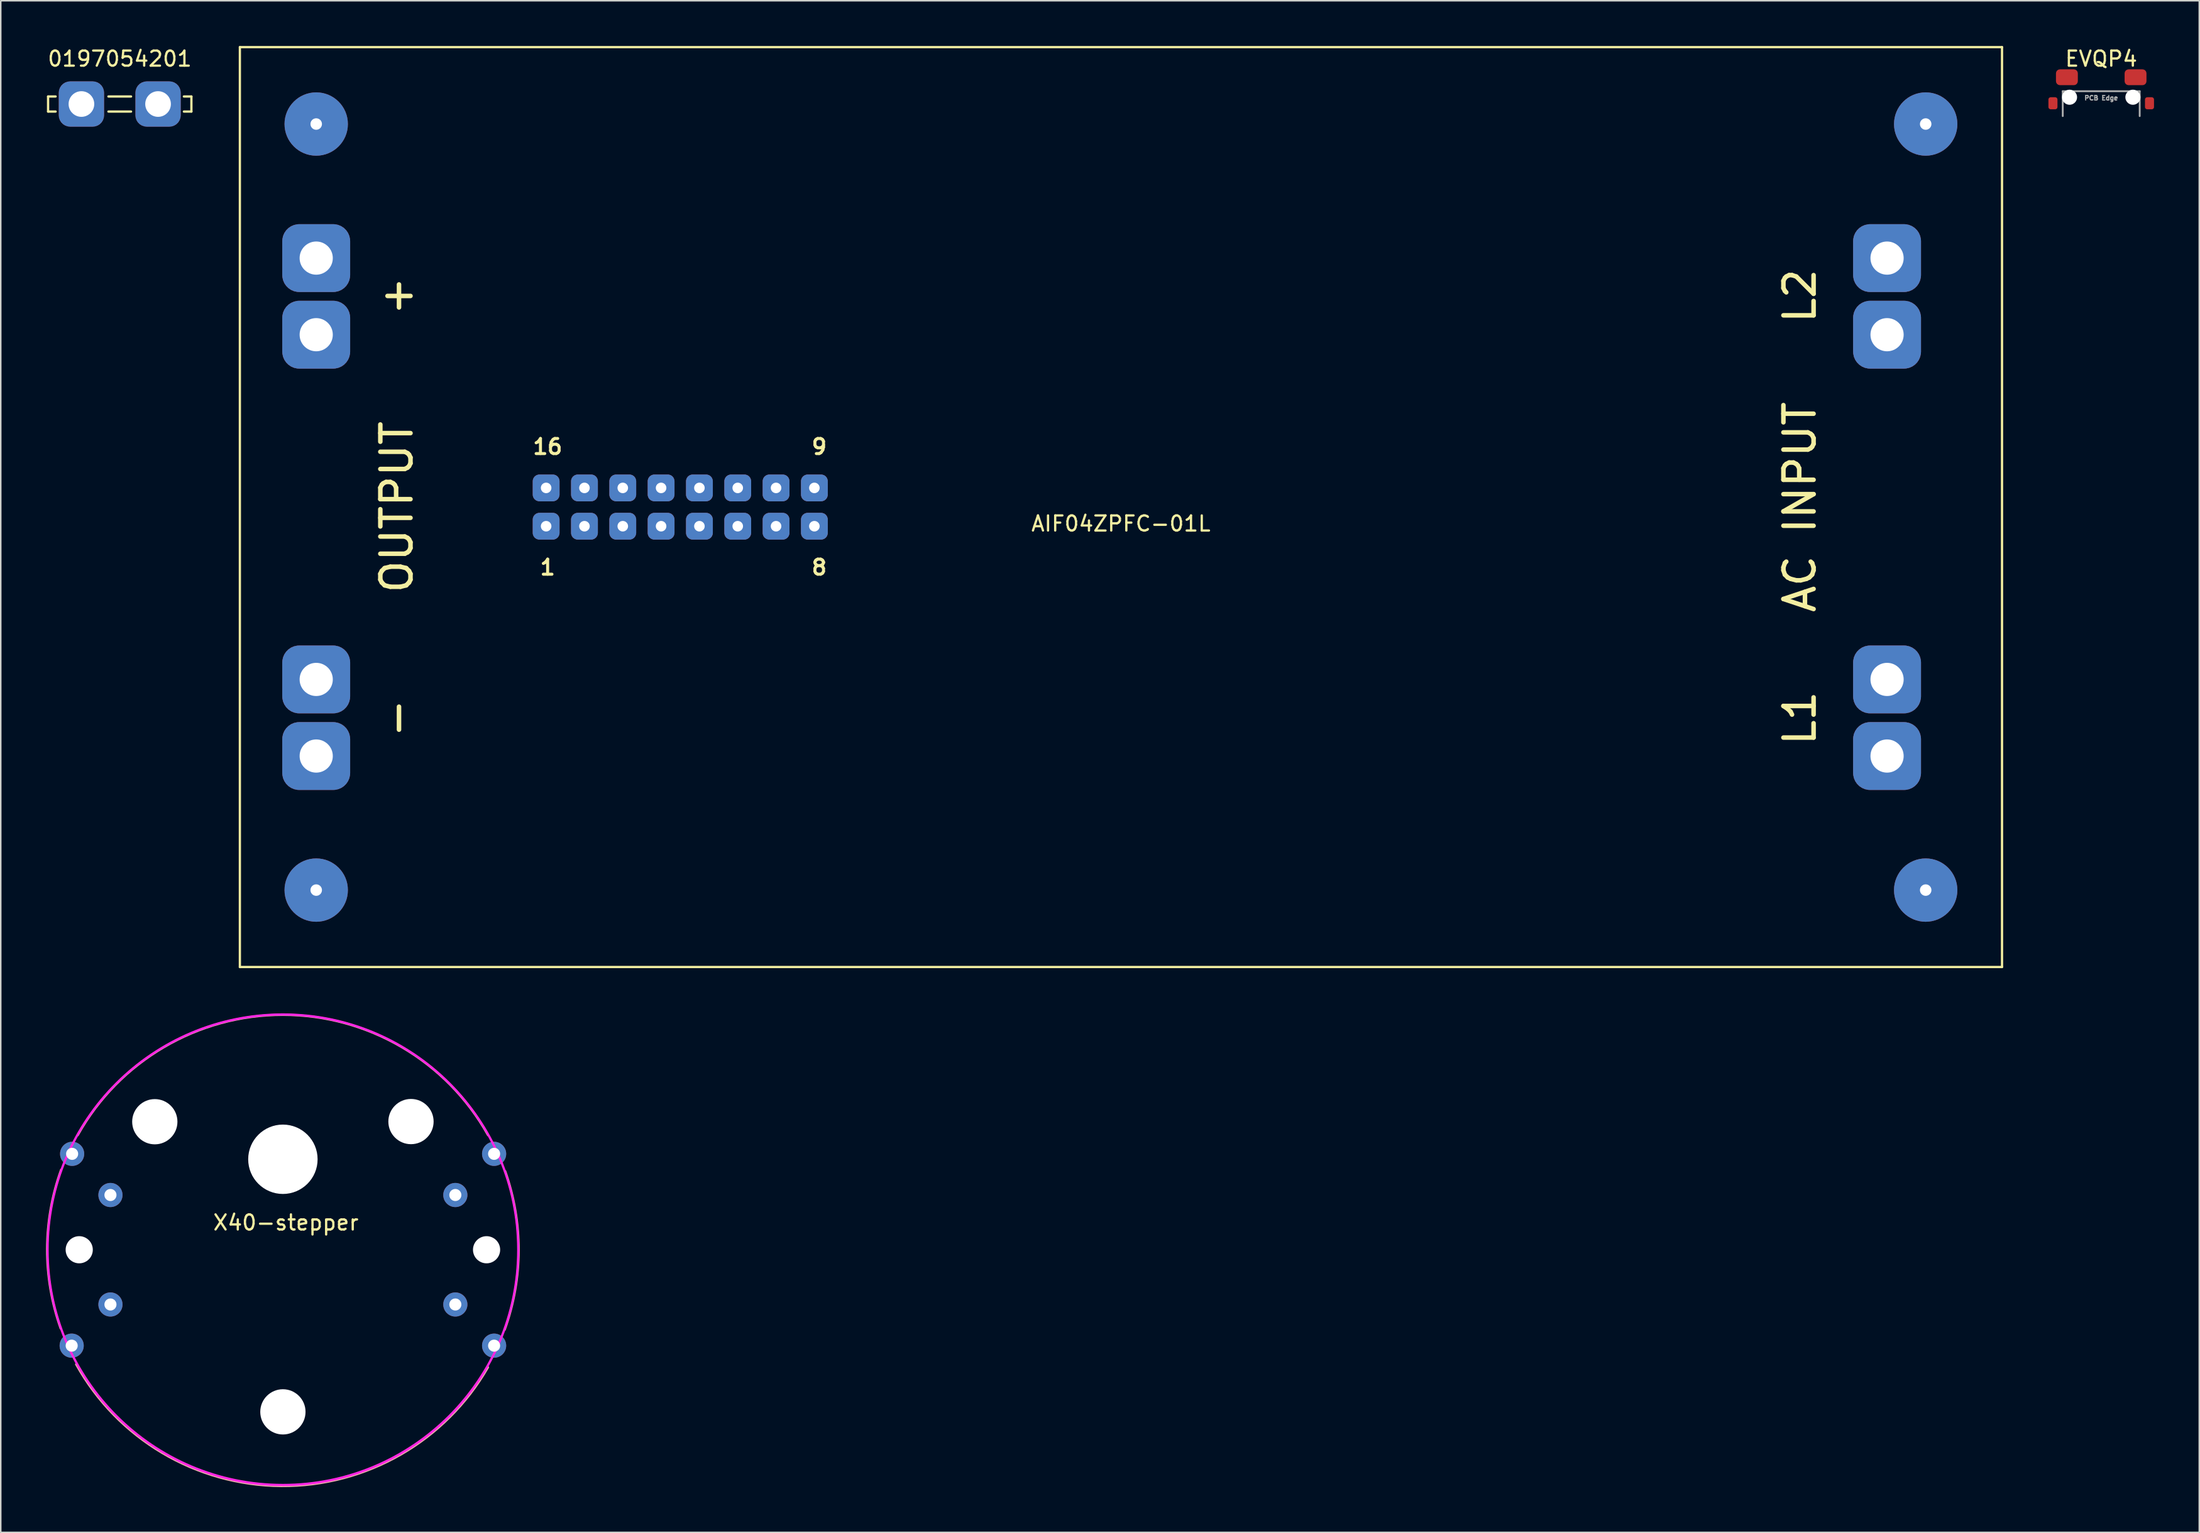
<source format=kicad_pcb>
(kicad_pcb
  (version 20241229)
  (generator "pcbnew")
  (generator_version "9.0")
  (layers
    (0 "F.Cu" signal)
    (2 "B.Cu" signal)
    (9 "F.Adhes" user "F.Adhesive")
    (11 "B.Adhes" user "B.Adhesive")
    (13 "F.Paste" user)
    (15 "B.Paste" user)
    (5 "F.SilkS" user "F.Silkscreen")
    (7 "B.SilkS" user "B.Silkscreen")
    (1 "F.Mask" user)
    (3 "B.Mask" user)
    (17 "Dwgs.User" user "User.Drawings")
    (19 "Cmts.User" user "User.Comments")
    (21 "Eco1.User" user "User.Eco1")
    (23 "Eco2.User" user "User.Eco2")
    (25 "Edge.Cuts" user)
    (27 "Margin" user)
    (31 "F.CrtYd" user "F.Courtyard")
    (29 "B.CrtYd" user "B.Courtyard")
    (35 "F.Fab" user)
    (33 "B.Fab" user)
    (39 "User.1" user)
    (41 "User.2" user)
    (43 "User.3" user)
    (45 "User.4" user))
  (footprint "AIF04ZPFC-01L"
    (layer "F.Cu")
    (at 71.249 30.575)
    (property "Reference" "AIF04ZPFC-01L" (at 0 1.1 0) (layer "F.SilkS") (effects (font (size 1 1) (thickness 0.15))))
    (attr through_hole)
    (fp_line (start -58.4 -30.5) (end -58.4 30.5) (stroke (width 0.15) (type solid)) (layer "F.SilkS"))
    (fp_line (start -58.4 -30.5) (end 58.4 -30.5) (stroke (width 0.15) (type solid)) (layer "F.SilkS"))
    (fp_line (start -58.4 30.5) (end 58.4 30.5) (stroke (width 0.15) (type solid)) (layer "F.SilkS"))
    (fp_line (start 58.4 -30.5) (end 58.4 30.5) (stroke (width 0.15) (type solid)) (layer "F.SilkS"))
    (fp_text user "+" (at -48 -14 270) (layer "F.SilkS") (effects (font (size 2 2) (thickness 0.3))))
    (fp_text user "-" (at -48 14 270) (layer "F.SilkS") (effects (font (size 2 2) (thickness 0.3))))
    (fp_text user "L2" (at 45 -14 270) (layer "F.SilkS") (effects (font (size 2 2) (thickness 0.3))))
    (fp_text user "OUTPUT" (at -48 0 270) (layer "F.SilkS") (effects (font (size 2 2) (thickness 0.3))))
    (fp_text user "L1" (at 45 14 270) (layer "F.SilkS") (effects (font (size 2 2) (thickness 0.3))))
    (fp_text user "16" (at -38 -4 0) (layer "F.SilkS") (effects (font (size 1 1) (thickness 0.2))))
    (fp_text user "8" (at -20 4 0) (layer "F.SilkS") (effects (font (size 1 1) (thickness 0.2))))
    (fp_text user "AC INPUT" (at 45 0 270) (layer "F.SilkS") (effects (font (size 2 2) (thickness 0.3))))
    (fp_text user "1" (at -38 4 0) (layer "F.SilkS") (effects (font (size 1 1) (thickness 0.2))))
    (fp_text user "9" (at -20 -4 0) (layer "F.SilkS") (effects (font (size 1 1) (thickness 0.2))))
    (pad "" np_thru_hole circle (at -53.34 -25.4) (size 4.2 4.2) (drill 0.762) (layers "*.Cu" "*.Mask"))
    (pad "" np_thru_hole circle (at -53.34 25.4) (size 4.2 4.2) (drill 0.762) (layers "*.Cu" "*.Mask"))
    (pad "" np_thru_hole circle (at 53.34 -25.4) (size 4.2 4.2) (drill 0.762) (layers "*.Cu" "*.Mask"))
    (pad "" np_thru_hole circle (at 53.34 25.4) (size 4.2 4.2) (drill 0.762) (layers "*.Cu" "*.Mask"))
    (pad "1" thru_hole roundrect (at -38.1 1.27) (size 1.778 1.778) (drill 0.7) (layers "*.Cu" "*.Mask") (roundrect_rratio 0.25))
    (pad "2" thru_hole roundrect (at -35.56 1.27) (size 1.778 1.778) (drill 0.7) (layers "*.Cu" "*.Mask") (roundrect_rratio 0.25))
    (pad "3" thru_hole roundrect (at -33.02 1.27) (size 1.778 1.778) (drill 0.7) (layers "*.Cu" "*.Mask") (roundrect_rratio 0.25))
    (pad "4" thru_hole roundrect (at -30.48 1.27) (size 1.778 1.778) (drill 0.7) (layers "*.Cu" "*.Mask") (roundrect_rratio 0.25))
    (pad "5" thru_hole roundrect (at -27.94 1.27) (size 1.778 1.778) (drill 0.7) (layers "*.Cu" "*.Mask") (roundrect_rratio 0.25))
    (pad "6" thru_hole roundrect (at -25.4 1.27) (size 1.778 1.778) (drill 0.7) (layers "*.Cu" "*.Mask") (roundrect_rratio 0.25))
    (pad "7" thru_hole roundrect (at -22.86 1.27) (size 1.778 1.778) (drill 0.7) (layers "*.Cu" "*.Mask") (roundrect_rratio 0.25))
    (pad "8" thru_hole roundrect (at -20.32 1.27) (size 1.778 1.778) (drill 0.7) (layers "*.Cu" "*.Mask") (roundrect_rratio 0.25))
    (pad "9" thru_hole roundrect (at -20.32 -1.27) (size 1.778 1.778) (drill 0.7) (layers "*.Cu" "*.Mask") (roundrect_rratio 0.25))
    (pad "10" thru_hole roundrect (at -22.86 -1.27) (size 1.778 1.778) (drill 0.7) (layers "*.Cu" "*.Mask") (roundrect_rratio 0.25))
    (pad "11" thru_hole roundrect (at -25.4 -1.27) (size 1.778 1.778) (drill 0.7) (layers "*.Cu" "*.Mask") (roundrect_rratio 0.25))
    (pad "12" thru_hole roundrect (at -27.94 -1.27) (size 1.778 1.778) (drill 0.7) (layers "*.Cu" "*.Mask") (roundrect_rratio 0.25))
    (pad "13" thru_hole roundrect (at -30.48 -1.27) (size 1.778 1.778) (drill 0.7) (layers "*.Cu" "*.Mask") (roundrect_rratio 0.25))
    (pad "14" thru_hole roundrect (at -33.02 -1.27) (size 1.778 1.778) (drill 0.7) (layers "*.Cu" "*.Mask") (roundrect_rratio 0.25))
    (pad "15" thru_hole roundrect (at -35.56 -1.27) (size 1.778 1.778) (drill 0.7) (layers "*.Cu" "*.Mask") (roundrect_rratio 0.25))
    (pad "16" thru_hole roundrect (at -38.1 -1.27) (size 1.778 1.778) (drill 0.7) (layers "*.Cu" "*.Mask") (roundrect_rratio 0.25))
    (pad "21" thru_hole roundrect (at -53.34 16.51) (size 4.5 4.5) (drill 2.2) (layers "*.Cu" "*.Mask") (roundrect_rratio 0.25))
    (pad "22" thru_hole roundrect (at -53.34 11.43) (size 4.5 4.5) (drill 2.2) (layers "*.Cu" "*.Mask") (roundrect_rratio 0.25))
    (pad "23" thru_hole roundrect (at -53.34 -11.43) (size 4.5 4.5) (drill 2.2) (layers "*.Cu" "*.Mask") (roundrect_rratio 0.25))
    (pad "24" thru_hole roundrect (at -53.34 -16.51) (size 4.5 4.5) (drill 2.2) (layers "*.Cu" "*.Mask") (roundrect_rratio 0.25))
    (pad "31" thru_hole roundrect (at 50.78 16.51) (size 4.5 4.5) (drill 2.2) (layers "*.Cu" "*.Mask") (roundrect_rratio 0.25))
    (pad "32" thru_hole roundrect (at 50.78 11.43) (size 4.5 4.5) (drill 2.2) (layers "*.Cu" "*.Mask") (roundrect_rratio 0.25))
    (pad "33" thru_hole roundrect (at 50.78 -11.43) (size 4.5 4.5) (drill 2.2) (layers "*.Cu" "*.Mask") (roundrect_rratio 0.25))
    (pad "34" thru_hole roundrect (at 50.78 -16.51) (size 4.5 4.5) (drill 2.2) (layers "*.Cu" "*.Mask") (roundrect_rratio 0.25)))
  (footprint "EVQP4"
    (layer "F.Cu")
    (at 136.224 4.648)
    (property "Reference" "EVQP4" (at 0 -3.8 0) (layer "F.SilkS") (effects (font (size 1 1) (thickness 0.15))))
    (attr through_hole)
    (fp_line (start -2.55 -1.65) (end 2.55 -1.65) (stroke (width 0.12) (type solid)) (layer "F.Fab"))
    (fp_line (start -2.55 0) (end -2.55 -1.65) (stroke (width 0.12) (type solid)) (layer "F.Fab"))
    (fp_line (start 2.55 -1.65) (end 2.55 0) (stroke (width 0.12) (type solid)) (layer "F.Fab"))
    (fp_text user "PCB Edge" (at 0 -1.2 0) (layer "F.Fab") (effects (font (size 0.3 0.3) (thickness 0.075))))
    (pad "" np_thru_hole circle (at -2.1 -1.25) (size 1 1) (drill 1) (layers "*.Cu" "*.Mask"))
    (pad "" np_thru_hole circle (at 2.1 -1.25) (size 1 1) (drill 1) (layers "*.Cu" "*.Mask"))
    (pad "1" smd roundrect (at -2.275 -2.575) (size 1.45 1.05) (layers "F.Cu" "F.Mask" "F.Paste") (roundrect_rratio 0.25))
    (pad "2" smd roundrect (at 2.275 -2.575) (size 1.45 1.05) (layers "F.Cu" "F.Mask" "F.Paste") (roundrect_rratio 0.25))
    (pad "3" smd roundrect (at -3.2 -0.85) (size 0.6 0.8) (layers "F.Cu" "F.Mask" "F.Paste") (roundrect_rratio 0.25))
    (pad "4" smd roundrect (at 3.2 -0.85) (size 0.6 0.8) (layers "F.Cu" "F.Mask" "F.Paste") (roundrect_rratio 0.25)))
  (footprint "X40-stepper"
    (layer "F.Cu")
    (at 15.701 79.825)
    (property "Reference" "X40-stepper" (at 0.2 -1.8 0) (layer "F.SilkS") (effects (font (size 1 1) (thickness 0.15))))
    (attr through_hole)
    (fp_arc (start -14.731708 5.211216) (mid -15.626189 -0.047138) (end -14.7 -5.3) (stroke (width 0.15) (type solid)) (layer "B.SilkS"))
    (fp_arc (start -13.6 -7.6) (mid 0 -15.579474) (end 13.6 -7.6) (stroke (width 0.15) (type solid)) (layer "B.SilkS"))
    (fp_arc (start 13.590314 7.794445) (mid -0.111624 15.666447) (end -13.7 7.6) (stroke (width 0.15) (type solid)) (layer "B.SilkS"))
    (fp_arc (start 14.731708 -5.211216) (mid 15.626189 0.047138) (end 14.7 5.3) (stroke (width 0.15) (type solid)) (layer "B.SilkS"))
    (fp_circle (center 0 0) (end 15.6 0) (stroke (width 0.15) (type solid)) (fill no) (layer "F.CrtYd"))
    (pad "" np_thru_hole circle (at -13.5 0) (size 1.8 1.8) (drill 1.8) (layers "*.Cu" "*.Mask"))
    (pad "" np_thru_hole circle (at -8.49 -8.49) (size 3 3) (drill 3) (layers "*.Cu" "*.Mask"))
    (pad "" np_thru_hole circle (at 0 -6) (size 4.6 4.6) (drill 4.6) (layers "*.Cu" "*.Mask"))
    (pad "" np_thru_hole circle (at 0 10.75) (size 3 3) (drill 3) (layers "*.Cu" "*.Mask"))
    (pad "" np_thru_hole circle (at 8.49 -8.5) (size 3 3) (drill 3) (layers "*.Cu" "*.Mask"))
    (pad "" np_thru_hole circle (at 13.5 0) (size 1.8 1.8) (drill 1.8) (layers "*.Cu" "*.Mask"))
    (pad "1" thru_hole circle (at -11.43 -3.63) (size 1.6 1.6) (drill 0.8) (layers "*.Cu" "*.Mask"))
    (pad "2" thru_hole circle (at -11.43 3.63) (size 1.6 1.6) (drill 0.8) (layers "*.Cu" "*.Mask"))
    (pad "3" thru_hole circle (at 11.43 3.63) (size 1.6 1.6) (drill 0.8) (layers "*.Cu" "*.Mask"))
    (pad "4" thru_hole circle (at 11.43 -3.63) (size 1.6 1.6) (drill 0.8) (layers "*.Cu" "*.Mask"))
    (pad "5" thru_hole circle (at -13.97 -6.36) (size 1.6 1.6) (drill 0.8) (layers "*.Cu" "*.Mask"))
    (pad "6" thru_hole circle (at -14 6.36) (size 1.6 1.6) (drill 0.8) (layers "*.Cu" "*.Mask"))
    (pad "7" thru_hole circle (at 14 6.36) (size 1.6 1.6) (drill 0.8) (layers "*.Cu" "*.Mask"))
    (pad "8" thru_hole circle (at 14 -6.36) (size 1.6 1.6) (drill 0.8) (layers "*.Cu" "*.Mask")))
  (footprint "0197054201"
    (layer "F.Cu")
    (at 4.887 3.848)
    (property "Reference" "0197054201" (at 0 -3 0) (layer "F.SilkS") (effects (font (size 1 1) (thickness 0.15))))
    (attr through_hole)
    (fp_line (start -4.75 -0.5) (end -4.25 -0.5) (stroke (width 0.15) (type solid)) (layer "F.SilkS"))
    (fp_line (start -4.75 0.5) (end -4.75 -0.5) (stroke (width 0.15) (type solid)) (layer "F.SilkS"))
    (fp_line (start -4.25 0.5) (end -4.75 0.5) (stroke (width 0.15) (type solid)) (layer "F.SilkS"))
    (fp_line (start -0.75 -0.5) (end 0.75 -0.5) (stroke (width 0.15) (type solid)) (layer "F.SilkS"))
    (fp_line (start -0.75 0.5) (end 0.75 0.5) (stroke (width 0.15) (type solid)) (layer "F.SilkS"))
    (fp_line (start 4.25 -0.5) (end 4.75 -0.5) (stroke (width 0.15) (type solid)) (layer "F.SilkS"))
    (fp_line (start 4.75 -0.5) (end 4.75 0.5) (stroke (width 0.15) (type solid)) (layer "F.SilkS"))
    (fp_line (start 4.75 0.5) (end 4.25 0.5) (stroke (width 0.15) (type solid)) (layer "F.SilkS"))
    (pad "1" thru_hole roundrect (at -2.54 0) (size 3 3) (drill 1.7) (layers "*.Cu" "*.Mask") (roundrect_rratio 0.25))
    (pad "1" thru_hole roundrect (at 2.54 0) (size 3 3) (drill 1.7) (layers "*.Cu" "*.Mask") (roundrect_rratio 0.25)))
  (gr_rect
    (start -3 -3)
    (end 142.724 98.567)
    (stroke (width 0.1) (type default))
    (fill no)
    (layer "Edge.Cuts")))
</source>
